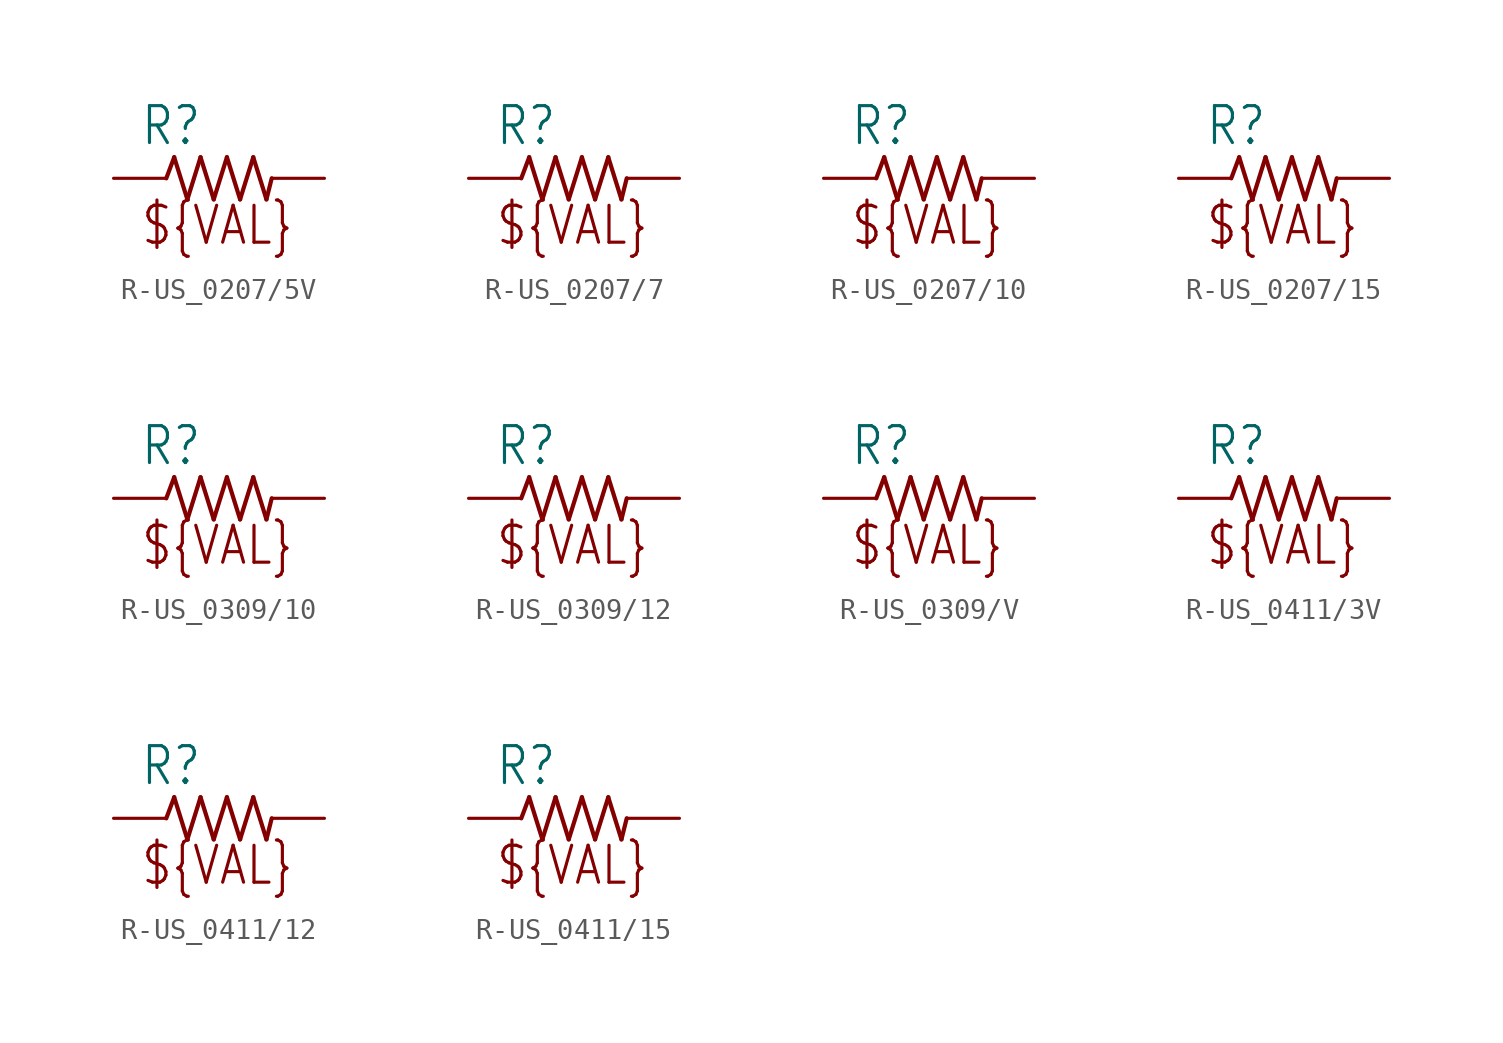
<source format=kicad_sym>
(kicad_symbol_lib
  (version 20231120)
  (generator "kicad_symbol_editor")
  (generator_version "8.0")
  (symbol "R-US_0207/5V"
    (property "Reference" "R"
      (at -3.81 1.499 0)
      (effects (font (size 1.778 1.511)) (justify left bottom)))
    (property "ki_locked" ""
      (at 0 0 0)
      (effects (font (size 1.27 1.27))))
    (symbol "R-US_0207/5V_1_0"
      (polyline (pts (xy -2.54 0) (xy -2.159 1.016)) (stroke (width 0.203) (type solid)) (fill (type none)))
      (polyline (pts (xy -2.159 1.016) (xy -1.524 -1.016)) (stroke (width 0.203) (type solid)) (fill (type none)))
      (polyline (pts (xy -1.524 -1.016) (xy -0.889 1.016)) (stroke (width 0.203) (type solid)) (fill (type none)))
      (polyline (pts (xy -0.889 1.016) (xy -0.254 -1.016)) (stroke (width 0.203) (type solid)) (fill (type none)))
      (polyline (pts (xy -0.254 -1.016) (xy 0.381 1.016)) (stroke (width 0.203) (type solid)) (fill (type none)))
      (polyline (pts (xy 0.381 1.016) (xy 1.016 -1.016)) (stroke (width 0.203) (type solid)) (fill (type none)))
      (polyline (pts (xy 1.016 -1.016) (xy 1.651 1.016)) (stroke (width 0.203) (type solid)) (fill (type none)))
      (polyline (pts (xy 1.651 1.016) (xy 2.286 -1.016)) (stroke (width 0.203) (type solid)) (fill (type none)))
      (polyline (pts (xy 2.286 -1.016) (xy 2.54 0)) (stroke (width 0.203) (type solid)) (fill (type none)))
      (text "${VAL}" (at -3.81 -3.302 0) (effects (font (size 1.778 1.511)) (justify left bottom)))
      (pin passive line (at -5.08 0 0) (length 2.54) (name "1" (effects (font (size 0 0)))) (number "1" (effects (font (size 0 0)))))
      (pin passive line (at 5.08 0 180) (length 2.54) (name "2" (effects (font (size 0 0)))) (number "2" (effects (font (size 0 0)))))))
  (symbol "R-US_0207/7"
    (property "Reference" "R"
      (at -3.81 1.499 0)
      (effects (font (size 1.778 1.511)) (justify left bottom)))
    (property "ki_locked" ""
      (at 0 0 0)
      (effects (font (size 1.27 1.27))))
    (symbol "R-US_0207/7_1_0"
      (polyline (pts (xy -2.54 0) (xy -2.159 1.016)) (stroke (width 0.203) (type solid)) (fill (type none)))
      (polyline (pts (xy -2.159 1.016) (xy -1.524 -1.016)) (stroke (width 0.203) (type solid)) (fill (type none)))
      (polyline (pts (xy -1.524 -1.016) (xy -0.889 1.016)) (stroke (width 0.203) (type solid)) (fill (type none)))
      (polyline (pts (xy -0.889 1.016) (xy -0.254 -1.016)) (stroke (width 0.203) (type solid)) (fill (type none)))
      (polyline (pts (xy -0.254 -1.016) (xy 0.381 1.016)) (stroke (width 0.203) (type solid)) (fill (type none)))
      (polyline (pts (xy 0.381 1.016) (xy 1.016 -1.016)) (stroke (width 0.203) (type solid)) (fill (type none)))
      (polyline (pts (xy 1.016 -1.016) (xy 1.651 1.016)) (stroke (width 0.203) (type solid)) (fill (type none)))
      (polyline (pts (xy 1.651 1.016) (xy 2.286 -1.016)) (stroke (width 0.203) (type solid)) (fill (type none)))
      (polyline (pts (xy 2.286 -1.016) (xy 2.54 0)) (stroke (width 0.203) (type solid)) (fill (type none)))
      (text "${VAL}" (at -3.81 -3.302 0) (effects (font (size 1.778 1.511)) (justify left bottom)))
      (pin passive line (at -5.08 0 0) (length 2.54) (name "1" (effects (font (size 0 0)))) (number "1" (effects (font (size 0 0)))))
      (pin passive line (at 5.08 0 180) (length 2.54) (name "2" (effects (font (size 0 0)))) (number "2" (effects (font (size 0 0)))))))
  (symbol "R-US_0207/10"
    (property "Reference" "R"
      (at -3.81 1.499 0)
      (effects (font (size 1.778 1.511)) (justify left bottom)))
    (property "ki_locked" ""
      (at 0 0 0)
      (effects (font (size 1.27 1.27))))
    (symbol "R-US_0207/10_1_0"
      (polyline (pts (xy -2.54 0) (xy -2.159 1.016)) (stroke (width 0.203) (type solid)) (fill (type none)))
      (polyline (pts (xy -2.159 1.016) (xy -1.524 -1.016)) (stroke (width 0.203) (type solid)) (fill (type none)))
      (polyline (pts (xy -1.524 -1.016) (xy -0.889 1.016)) (stroke (width 0.203) (type solid)) (fill (type none)))
      (polyline (pts (xy -0.889 1.016) (xy -0.254 -1.016)) (stroke (width 0.203) (type solid)) (fill (type none)))
      (polyline (pts (xy -0.254 -1.016) (xy 0.381 1.016)) (stroke (width 0.203) (type solid)) (fill (type none)))
      (polyline (pts (xy 0.381 1.016) (xy 1.016 -1.016)) (stroke (width 0.203) (type solid)) (fill (type none)))
      (polyline (pts (xy 1.016 -1.016) (xy 1.651 1.016)) (stroke (width 0.203) (type solid)) (fill (type none)))
      (polyline (pts (xy 1.651 1.016) (xy 2.286 -1.016)) (stroke (width 0.203) (type solid)) (fill (type none)))
      (polyline (pts (xy 2.286 -1.016) (xy 2.54 0)) (stroke (width 0.203) (type solid)) (fill (type none)))
      (text "${VAL}" (at -3.81 -3.302 0) (effects (font (size 1.778 1.511)) (justify left bottom)))
      (pin passive line (at -5.08 0 0) (length 2.54) (name "1" (effects (font (size 0 0)))) (number "1" (effects (font (size 0 0)))))
      (pin passive line (at 5.08 0 180) (length 2.54) (name "2" (effects (font (size 0 0)))) (number "2" (effects (font (size 0 0)))))))
  (symbol "R-US_0207/15"
    (property "Reference" "R"
      (at -3.81 1.499 0)
      (effects (font (size 1.778 1.511)) (justify left bottom)))
    (property "ki_locked" ""
      (at 0 0 0)
      (effects (font (size 1.27 1.27))))
    (symbol "R-US_0207/15_1_0"
      (polyline (pts (xy -2.54 0) (xy -2.159 1.016)) (stroke (width 0.203) (type solid)) (fill (type none)))
      (polyline (pts (xy -2.159 1.016) (xy -1.524 -1.016)) (stroke (width 0.203) (type solid)) (fill (type none)))
      (polyline (pts (xy -1.524 -1.016) (xy -0.889 1.016)) (stroke (width 0.203) (type solid)) (fill (type none)))
      (polyline (pts (xy -0.889 1.016) (xy -0.254 -1.016)) (stroke (width 0.203) (type solid)) (fill (type none)))
      (polyline (pts (xy -0.254 -1.016) (xy 0.381 1.016)) (stroke (width 0.203) (type solid)) (fill (type none)))
      (polyline (pts (xy 0.381 1.016) (xy 1.016 -1.016)) (stroke (width 0.203) (type solid)) (fill (type none)))
      (polyline (pts (xy 1.016 -1.016) (xy 1.651 1.016)) (stroke (width 0.203) (type solid)) (fill (type none)))
      (polyline (pts (xy 1.651 1.016) (xy 2.286 -1.016)) (stroke (width 0.203) (type solid)) (fill (type none)))
      (polyline (pts (xy 2.286 -1.016) (xy 2.54 0)) (stroke (width 0.203) (type solid)) (fill (type none)))
      (text "${VAL}" (at -3.81 -3.302 0) (effects (font (size 1.778 1.511)) (justify left bottom)))
      (pin passive line (at -5.08 0 0) (length 2.54) (name "1" (effects (font (size 0 0)))) (number "1" (effects (font (size 0 0)))))
      (pin passive line (at 5.08 0 180) (length 2.54) (name "2" (effects (font (size 0 0)))) (number "2" (effects (font (size 0 0)))))))
  (symbol "R-US_0309/10"
    (property "Reference" "R"
      (at -3.81 1.499 0)
      (effects (font (size 1.778 1.511)) (justify left bottom)))
    (property "ki_locked" ""
      (at 0 0 0)
      (effects (font (size 1.27 1.27))))
    (symbol "R-US_0309/10_1_0"
      (polyline (pts (xy -2.54 0) (xy -2.159 1.016)) (stroke (width 0.203) (type solid)) (fill (type none)))
      (polyline (pts (xy -2.159 1.016) (xy -1.524 -1.016)) (stroke (width 0.203) (type solid)) (fill (type none)))
      (polyline (pts (xy -1.524 -1.016) (xy -0.889 1.016)) (stroke (width 0.203) (type solid)) (fill (type none)))
      (polyline (pts (xy -0.889 1.016) (xy -0.254 -1.016)) (stroke (width 0.203) (type solid)) (fill (type none)))
      (polyline (pts (xy -0.254 -1.016) (xy 0.381 1.016)) (stroke (width 0.203) (type solid)) (fill (type none)))
      (polyline (pts (xy 0.381 1.016) (xy 1.016 -1.016)) (stroke (width 0.203) (type solid)) (fill (type none)))
      (polyline (pts (xy 1.016 -1.016) (xy 1.651 1.016)) (stroke (width 0.203) (type solid)) (fill (type none)))
      (polyline (pts (xy 1.651 1.016) (xy 2.286 -1.016)) (stroke (width 0.203) (type solid)) (fill (type none)))
      (polyline (pts (xy 2.286 -1.016) (xy 2.54 0)) (stroke (width 0.203) (type solid)) (fill (type none)))
      (text "${VAL}" (at -3.81 -3.302 0) (effects (font (size 1.778 1.511)) (justify left bottom)))
      (pin passive line (at -5.08 0 0) (length 2.54) (name "1" (effects (font (size 0 0)))) (number "1" (effects (font (size 0 0)))))
      (pin passive line (at 5.08 0 180) (length 2.54) (name "2" (effects (font (size 0 0)))) (number "2" (effects (font (size 0 0)))))))
  (symbol "R-US_0309/12"
    (property "Reference" "R"
      (at -3.81 1.499 0)
      (effects (font (size 1.778 1.511)) (justify left bottom)))
    (property "ki_locked" ""
      (at 0 0 0)
      (effects (font (size 1.27 1.27))))
    (symbol "R-US_0309/12_1_0"
      (polyline (pts (xy -2.54 0) (xy -2.159 1.016)) (stroke (width 0.203) (type solid)) (fill (type none)))
      (polyline (pts (xy -2.159 1.016) (xy -1.524 -1.016)) (stroke (width 0.203) (type solid)) (fill (type none)))
      (polyline (pts (xy -1.524 -1.016) (xy -0.889 1.016)) (stroke (width 0.203) (type solid)) (fill (type none)))
      (polyline (pts (xy -0.889 1.016) (xy -0.254 -1.016)) (stroke (width 0.203) (type solid)) (fill (type none)))
      (polyline (pts (xy -0.254 -1.016) (xy 0.381 1.016)) (stroke (width 0.203) (type solid)) (fill (type none)))
      (polyline (pts (xy 0.381 1.016) (xy 1.016 -1.016)) (stroke (width 0.203) (type solid)) (fill (type none)))
      (polyline (pts (xy 1.016 -1.016) (xy 1.651 1.016)) (stroke (width 0.203) (type solid)) (fill (type none)))
      (polyline (pts (xy 1.651 1.016) (xy 2.286 -1.016)) (stroke (width 0.203) (type solid)) (fill (type none)))
      (polyline (pts (xy 2.286 -1.016) (xy 2.54 0)) (stroke (width 0.203) (type solid)) (fill (type none)))
      (text "${VAL}" (at -3.81 -3.302 0) (effects (font (size 1.778 1.511)) (justify left bottom)))
      (pin passive line (at -5.08 0 0) (length 2.54) (name "1" (effects (font (size 0 0)))) (number "1" (effects (font (size 0 0)))))
      (pin passive line (at 5.08 0 180) (length 2.54) (name "2" (effects (font (size 0 0)))) (number "2" (effects (font (size 0 0)))))))
  (symbol "R-US_0309/V"
    (property "Reference" "R"
      (at -3.81 1.499 0)
      (effects (font (size 1.778 1.511)) (justify left bottom)))
    (property "ki_locked" ""
      (at 0 0 0)
      (effects (font (size 1.27 1.27))))
    (symbol "R-US_0309/V_1_0"
      (polyline (pts (xy -2.54 0) (xy -2.159 1.016)) (stroke (width 0.203) (type solid)) (fill (type none)))
      (polyline (pts (xy -2.159 1.016) (xy -1.524 -1.016)) (stroke (width 0.203) (type solid)) (fill (type none)))
      (polyline (pts (xy -1.524 -1.016) (xy -0.889 1.016)) (stroke (width 0.203) (type solid)) (fill (type none)))
      (polyline (pts (xy -0.889 1.016) (xy -0.254 -1.016)) (stroke (width 0.203) (type solid)) (fill (type none)))
      (polyline (pts (xy -0.254 -1.016) (xy 0.381 1.016)) (stroke (width 0.203) (type solid)) (fill (type none)))
      (polyline (pts (xy 0.381 1.016) (xy 1.016 -1.016)) (stroke (width 0.203) (type solid)) (fill (type none)))
      (polyline (pts (xy 1.016 -1.016) (xy 1.651 1.016)) (stroke (width 0.203) (type solid)) (fill (type none)))
      (polyline (pts (xy 1.651 1.016) (xy 2.286 -1.016)) (stroke (width 0.203) (type solid)) (fill (type none)))
      (polyline (pts (xy 2.286 -1.016) (xy 2.54 0)) (stroke (width 0.203) (type solid)) (fill (type none)))
      (text "${VAL}" (at -3.81 -3.302 0) (effects (font (size 1.778 1.511)) (justify left bottom)))
      (pin passive line (at -5.08 0 0) (length 2.54) (name "1" (effects (font (size 0 0)))) (number "1" (effects (font (size 0 0)))))
      (pin passive line (at 5.08 0 180) (length 2.54) (name "2" (effects (font (size 0 0)))) (number "2" (effects (font (size 0 0)))))))
  (symbol "R-US_0411/3V"
    (property "Reference" "R"
      (at -3.81 1.499 0)
      (effects (font (size 1.778 1.511)) (justify left bottom)))
    (property "ki_locked" ""
      (at 0 0 0)
      (effects (font (size 1.27 1.27))))
    (symbol "R-US_0411/3V_1_0"
      (polyline (pts (xy -2.54 0) (xy -2.159 1.016)) (stroke (width 0.203) (type solid)) (fill (type none)))
      (polyline (pts (xy -2.159 1.016) (xy -1.524 -1.016)) (stroke (width 0.203) (type solid)) (fill (type none)))
      (polyline (pts (xy -1.524 -1.016) (xy -0.889 1.016)) (stroke (width 0.203) (type solid)) (fill (type none)))
      (polyline (pts (xy -0.889 1.016) (xy -0.254 -1.016)) (stroke (width 0.203) (type solid)) (fill (type none)))
      (polyline (pts (xy -0.254 -1.016) (xy 0.381 1.016)) (stroke (width 0.203) (type solid)) (fill (type none)))
      (polyline (pts (xy 0.381 1.016) (xy 1.016 -1.016)) (stroke (width 0.203) (type solid)) (fill (type none)))
      (polyline (pts (xy 1.016 -1.016) (xy 1.651 1.016)) (stroke (width 0.203) (type solid)) (fill (type none)))
      (polyline (pts (xy 1.651 1.016) (xy 2.286 -1.016)) (stroke (width 0.203) (type solid)) (fill (type none)))
      (polyline (pts (xy 2.286 -1.016) (xy 2.54 0)) (stroke (width 0.203) (type solid)) (fill (type none)))
      (text "${VAL}" (at -3.81 -3.302 0) (effects (font (size 1.778 1.511)) (justify left bottom)))
      (pin passive line (at -5.08 0 0) (length 2.54) (name "1" (effects (font (size 0 0)))) (number "1" (effects (font (size 0 0)))))
      (pin passive line (at 5.08 0 180) (length 2.54) (name "2" (effects (font (size 0 0)))) (number "2" (effects (font (size 0 0)))))))
  (symbol "R-US_0411/12"
    (property "Reference" "R"
      (at -3.81 1.499 0)
      (effects (font (size 1.778 1.511)) (justify left bottom)))
    (property "ki_locked" ""
      (at 0 0 0)
      (effects (font (size 1.27 1.27))))
    (symbol "R-US_0411/12_1_0"
      (polyline (pts (xy -2.54 0) (xy -2.159 1.016)) (stroke (width 0.203) (type solid)) (fill (type none)))
      (polyline (pts (xy -2.159 1.016) (xy -1.524 -1.016)) (stroke (width 0.203) (type solid)) (fill (type none)))
      (polyline (pts (xy -1.524 -1.016) (xy -0.889 1.016)) (stroke (width 0.203) (type solid)) (fill (type none)))
      (polyline (pts (xy -0.889 1.016) (xy -0.254 -1.016)) (stroke (width 0.203) (type solid)) (fill (type none)))
      (polyline (pts (xy -0.254 -1.016) (xy 0.381 1.016)) (stroke (width 0.203) (type solid)) (fill (type none)))
      (polyline (pts (xy 0.381 1.016) (xy 1.016 -1.016)) (stroke (width 0.203) (type solid)) (fill (type none)))
      (polyline (pts (xy 1.016 -1.016) (xy 1.651 1.016)) (stroke (width 0.203) (type solid)) (fill (type none)))
      (polyline (pts (xy 1.651 1.016) (xy 2.286 -1.016)) (stroke (width 0.203) (type solid)) (fill (type none)))
      (polyline (pts (xy 2.286 -1.016) (xy 2.54 0)) (stroke (width 0.203) (type solid)) (fill (type none)))
      (text "${VAL}" (at -3.81 -3.302 0) (effects (font (size 1.778 1.511)) (justify left bottom)))
      (pin passive line (at -5.08 0 0) (length 2.54) (name "1" (effects (font (size 0 0)))) (number "1" (effects (font (size 0 0)))))
      (pin passive line (at 5.08 0 180) (length 2.54) (name "2" (effects (font (size 0 0)))) (number "2" (effects (font (size 0 0)))))))
  (symbol "R-US_0411/15"
    (property "Reference" "R"
      (at -3.81 1.499 0)
      (effects (font (size 1.778 1.511)) (justify left bottom)))
    (property "ki_locked" ""
      (at 0 0 0)
      (effects (font (size 1.27 1.27))))
    (symbol "R-US_0411/15_1_0"
      (polyline (pts (xy -2.54 0) (xy -2.159 1.016)) (stroke (width 0.203) (type solid)) (fill (type none)))
      (polyline (pts (xy -2.159 1.016) (xy -1.524 -1.016)) (stroke (width 0.203) (type solid)) (fill (type none)))
      (polyline (pts (xy -1.524 -1.016) (xy -0.889 1.016)) (stroke (width 0.203) (type solid)) (fill (type none)))
      (polyline (pts (xy -0.889 1.016) (xy -0.254 -1.016)) (stroke (width 0.203) (type solid)) (fill (type none)))
      (polyline (pts (xy -0.254 -1.016) (xy 0.381 1.016)) (stroke (width 0.203) (type solid)) (fill (type none)))
      (polyline (pts (xy 0.381 1.016) (xy 1.016 -1.016)) (stroke (width 0.203) (type solid)) (fill (type none)))
      (polyline (pts (xy 1.016 -1.016) (xy 1.651 1.016)) (stroke (width 0.203) (type solid)) (fill (type none)))
      (polyline (pts (xy 1.651 1.016) (xy 2.286 -1.016)) (stroke (width 0.203) (type solid)) (fill (type none)))
      (polyline (pts (xy 2.286 -1.016) (xy 2.54 0)) (stroke (width 0.203) (type solid)) (fill (type none)))
      (text "${VAL}" (at -3.81 -3.302 0) (effects (font (size 1.778 1.511)) (justify left bottom)))
      (pin passive line (at -5.08 0 0) (length 2.54) (name "1" (effects (font (size 0 0)))) (number "1" (effects (font (size 0 0)))))
      (pin passive line (at 5.08 0 180) (length 2.54) (name "2" (effects (font (size 0 0)))) (number "2" (effects (font (size 0 0))))))))
</source>
